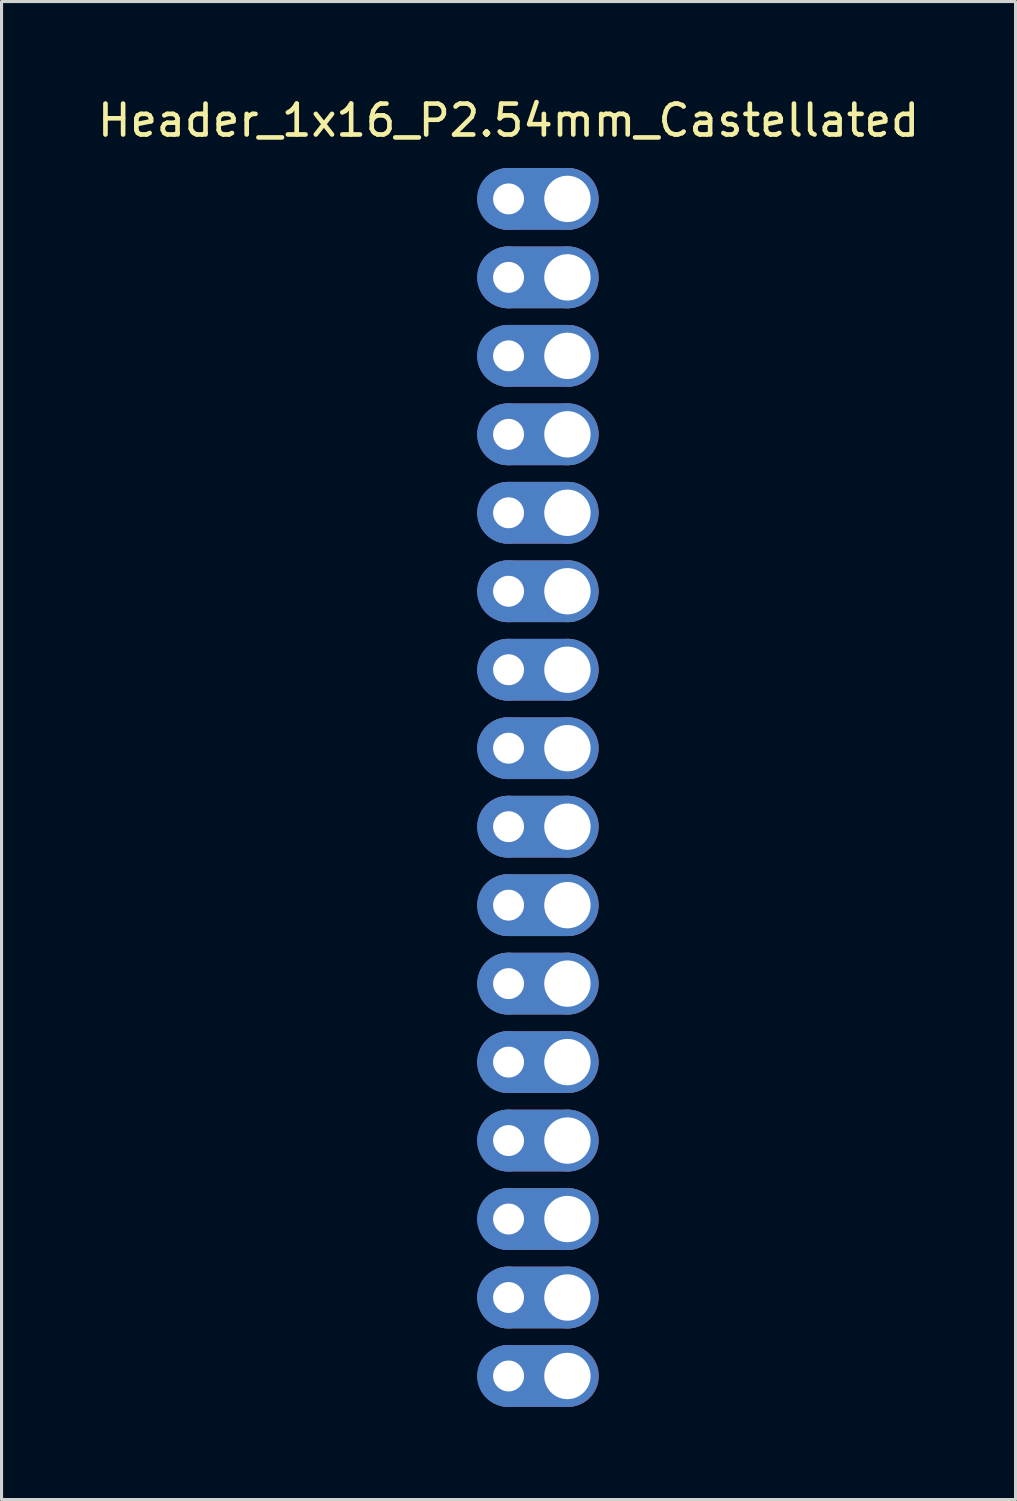
<source format=kicad_pcb>
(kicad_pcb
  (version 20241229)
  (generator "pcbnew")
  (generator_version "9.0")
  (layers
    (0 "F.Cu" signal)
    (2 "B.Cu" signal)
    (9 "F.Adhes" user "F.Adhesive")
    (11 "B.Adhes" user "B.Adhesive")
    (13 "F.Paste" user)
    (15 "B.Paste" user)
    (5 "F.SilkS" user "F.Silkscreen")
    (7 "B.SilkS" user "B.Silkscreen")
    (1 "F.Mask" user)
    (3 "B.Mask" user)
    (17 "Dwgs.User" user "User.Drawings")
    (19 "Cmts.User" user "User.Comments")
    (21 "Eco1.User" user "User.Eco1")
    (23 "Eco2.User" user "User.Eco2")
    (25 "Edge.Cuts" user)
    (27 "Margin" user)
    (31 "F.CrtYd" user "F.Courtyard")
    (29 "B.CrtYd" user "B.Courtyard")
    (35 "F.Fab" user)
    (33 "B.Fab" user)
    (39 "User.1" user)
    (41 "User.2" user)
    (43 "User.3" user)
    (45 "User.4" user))
  (footprint "Header_1x16_P2.54mm_Castellated"
    (layer "F.Cu")
    (at 13.411 22.438)
    (property "Reference" "Header_1x16_P2.54mm_Castellated" (at 0 -21.59 0) (layer "F.SilkS") (effects (font (size 1 1) (thickness 0.15))))
    (attr through_hole)
    (pad "1" thru_hole circle (at 0 19.05) (size 2 2) (drill 1) (layers "*.Cu" "*.Mask"))
    (pad "1" smd oval (at 0.947 19.05) (size 3.93 2) (layers "B.Cu" "B.Mask"))
    (pad "1" smd oval (at 0.96 19.05) (size 3.93 2) (layers "F.Cu" "F.Mask"))
    (pad "1" thru_hole circle (at 1.905 19.05) (size 2 2) (drill 1.5) (layers "*.Cu" "*.Mask"))
    (pad "2" thru_hole circle (at 0 16.51) (size 2 2) (drill 1) (layers "*.Cu" "*.Mask"))
    (pad "2" smd oval (at 0.947 16.51) (size 3.93 2) (layers "B.Cu" "B.Mask"))
    (pad "2" smd oval (at 0.955 16.51) (size 3.93 2) (layers "F.Cu" "F.Mask"))
    (pad "2" thru_hole circle (at 1.905 16.51) (size 2 2) (drill 1.5) (layers "*.Cu" "*.Mask"))
    (pad "3" thru_hole circle (at 0 13.97) (size 2 2) (drill 1) (layers "*.Cu" "*.Mask"))
    (pad "3" smd oval (at 0.947 13.97) (size 3.93 2) (layers "B.Cu" "B.Mask"))
    (pad "3" smd oval (at 0.955 13.97) (size 3.93 2) (layers "F.Cu" "F.Mask"))
    (pad "3" thru_hole circle (at 1.905 13.97) (size 2 2) (drill 1.5) (layers "*.Cu" "*.Mask"))
    (pad "4" thru_hole circle (at 0 11.43) (size 2 2) (drill 1) (layers "*.Cu" "*.Mask"))
    (pad "4" smd oval (at 0.947 11.43) (size 3.93 2) (layers "B.Cu" "B.Mask"))
    (pad "4" smd oval (at 0.955 11.43) (size 3.93 2) (layers "F.Cu" "F.Mask"))
    (pad "4" thru_hole circle (at 1.905 11.43) (size 2 2) (drill 1.5) (layers "*.Cu" "*.Mask"))
    (pad "5" thru_hole circle (at 0 8.89) (size 2 2) (drill 1) (layers "*.Cu" "*.Mask"))
    (pad "5" smd oval (at 0.947 8.89) (size 3.93 2) (layers "B.Cu" "B.Mask"))
    (pad "5" smd oval (at 0.955 8.89) (size 3.93 2) (layers "F.Cu" "F.Mask"))
    (pad "5" thru_hole circle (at 1.905 8.89) (size 2 2) (drill 1.5) (layers "*.Cu" "*.Mask"))
    (pad "6" thru_hole circle (at 0 6.35) (size 2 2) (drill 1) (layers "*.Cu" "*.Mask"))
    (pad "6" smd oval (at 0.947 6.35) (size 3.93 2) (layers "B.Cu" "B.Mask"))
    (pad "6" smd oval (at 0.955 6.35) (size 3.93 2) (layers "F.Cu" "F.Mask"))
    (pad "6" thru_hole circle (at 1.905 6.35) (size 2 2) (drill 1.5) (layers "*.Cu" "*.Mask"))
    (pad "7" thru_hole circle (at 0 3.81) (size 2 2) (drill 1) (layers "*.Cu" "*.Mask"))
    (pad "7" smd oval (at 0.947 3.81) (size 3.93 2) (layers "B.Cu" "B.Mask"))
    (pad "7" smd oval (at 0.955 3.81) (size 3.93 2) (layers "F.Cu" "F.Mask"))
    (pad "7" thru_hole circle (at 1.905 3.81) (size 2 2) (drill 1.5) (layers "*.Cu" "*.Mask"))
    (pad "8" thru_hole circle (at 0 1.27) (size 2 2) (drill 1) (layers "*.Cu" "*.Mask"))
    (pad "8" smd oval (at 0.947 1.27) (size 3.93 2) (layers "B.Cu" "B.Mask"))
    (pad "8" smd oval (at 0.955 1.27) (size 3.93 2) (layers "F.Cu" "F.Mask"))
    (pad "8" thru_hole circle (at 1.905 1.27) (size 2 2) (drill 1.5) (layers "*.Cu" "*.Mask"))
    (pad "9" thru_hole circle (at 0 -1.27) (size 2 2) (drill 1) (layers "*.Cu" "*.Mask"))
    (pad "9" smd oval (at 0.947 -1.27) (size 3.93 2) (layers "B.Cu" "B.Mask"))
    (pad "9" smd oval (at 0.955 -1.27) (size 3.93 2) (layers "F.Cu" "F.Mask"))
    (pad "9" thru_hole circle (at 1.905 -1.27) (size 2 2) (drill 1.5) (layers "*.Cu" "*.Mask"))
    (pad "10" thru_hole circle (at 0 -3.81) (size 2 2) (drill 1) (layers "*.Cu" "*.Mask"))
    (pad "10" smd oval (at 0.947 -3.81) (size 3.93 2) (layers "B.Cu" "B.Mask"))
    (pad "10" smd oval (at 0.955 -3.81) (size 3.93 2) (layers "F.Cu" "F.Mask"))
    (pad "10" thru_hole circle (at 1.905 -3.81) (size 2 2) (drill 1.5) (layers "*.Cu" "*.Mask"))
    (pad "11" thru_hole circle (at 0 -6.35) (size 2 2) (drill 1) (layers "*.Cu" "*.Mask"))
    (pad "11" smd oval (at 0.947 -6.35) (size 3.93 2) (layers "B.Cu" "B.Mask"))
    (pad "11" smd oval (at 0.955 -6.35) (size 3.93 2) (layers "F.Cu" "F.Mask"))
    (pad "11" thru_hole circle (at 1.905 -6.35) (size 2 2) (drill 1.5) (layers "*.Cu" "*.Mask"))
    (pad "12" thru_hole circle (at 0 -8.89) (size 2 2) (drill 1) (layers "*.Cu" "*.Mask"))
    (pad "12" smd oval (at 0.947 -8.89) (size 3.93 2) (layers "B.Cu" "B.Mask"))
    (pad "12" smd oval (at 0.955 -8.89) (size 3.93 2) (layers "F.Cu" "F.Mask"))
    (pad "12" thru_hole circle (at 1.905 -8.89) (size 2 2) (drill 1.5) (layers "*.Cu" "*.Mask"))
    (pad "13" thru_hole circle (at 0 -11.43) (size 2 2) (drill 1) (layers "*.Cu" "*.Mask"))
    (pad "13" smd oval (at 0.947 -11.43) (size 3.93 2) (layers "B.Cu" "B.Mask"))
    (pad "13" smd oval (at 0.955 -11.43) (size 3.93 2) (layers "F.Cu" "F.Mask"))
    (pad "13" thru_hole circle (at 1.905 -11.43) (size 2 2) (drill 1.5) (layers "*.Cu" "*.Mask"))
    (pad "14" thru_hole circle (at 0 -13.97) (size 2 2) (drill 1) (layers "*.Cu" "*.Mask"))
    (pad "14" smd oval (at 0.947 -13.97) (size 3.93 2) (layers "B.Cu" "B.Mask"))
    (pad "14" smd oval (at 0.955 -13.97) (size 3.93 2) (layers "F.Cu" "F.Mask"))
    (pad "14" thru_hole circle (at 1.905 -13.97) (size 2 2) (drill 1.5) (layers "*.Cu" "*.Mask"))
    (pad "15" thru_hole circle (at 0 -16.51) (size 2 2) (drill 1) (layers "*.Cu" "*.Mask"))
    (pad "15" smd oval (at 0.947 -16.51) (size 3.93 2) (layers "B.Cu" "B.Mask"))
    (pad "15" smd oval (at 0.955 -16.51) (size 3.93 2) (layers "F.Cu" "F.Mask"))
    (pad "15" thru_hole circle (at 1.905 -16.51) (size 2 2) (drill 1.5) (layers "*.Cu" "*.Mask"))
    (pad "16" thru_hole circle (at 0 -19.05) (size 2 2) (drill 1) (layers "*.Cu" "*.Mask"))
    (pad "16" smd oval (at 0.947 -19.05) (size 3.93 2) (layers "B.Cu" "B.Mask"))
    (pad "16" smd oval (at 0.955 -19.05) (size 3.93 2) (layers "F.Cu" "F.Mask"))
    (pad "16" thru_hole circle (at 1.905 -19.05) (size 2 2) (drill 1.5) (layers "*.Cu" "*.Mask")))
  (gr_rect
    (start -3 -3)
    (end 29.821 45.488)
    (stroke (width 0.1) (type default))
    (fill no)
    (layer "Edge.Cuts")))
</source>
